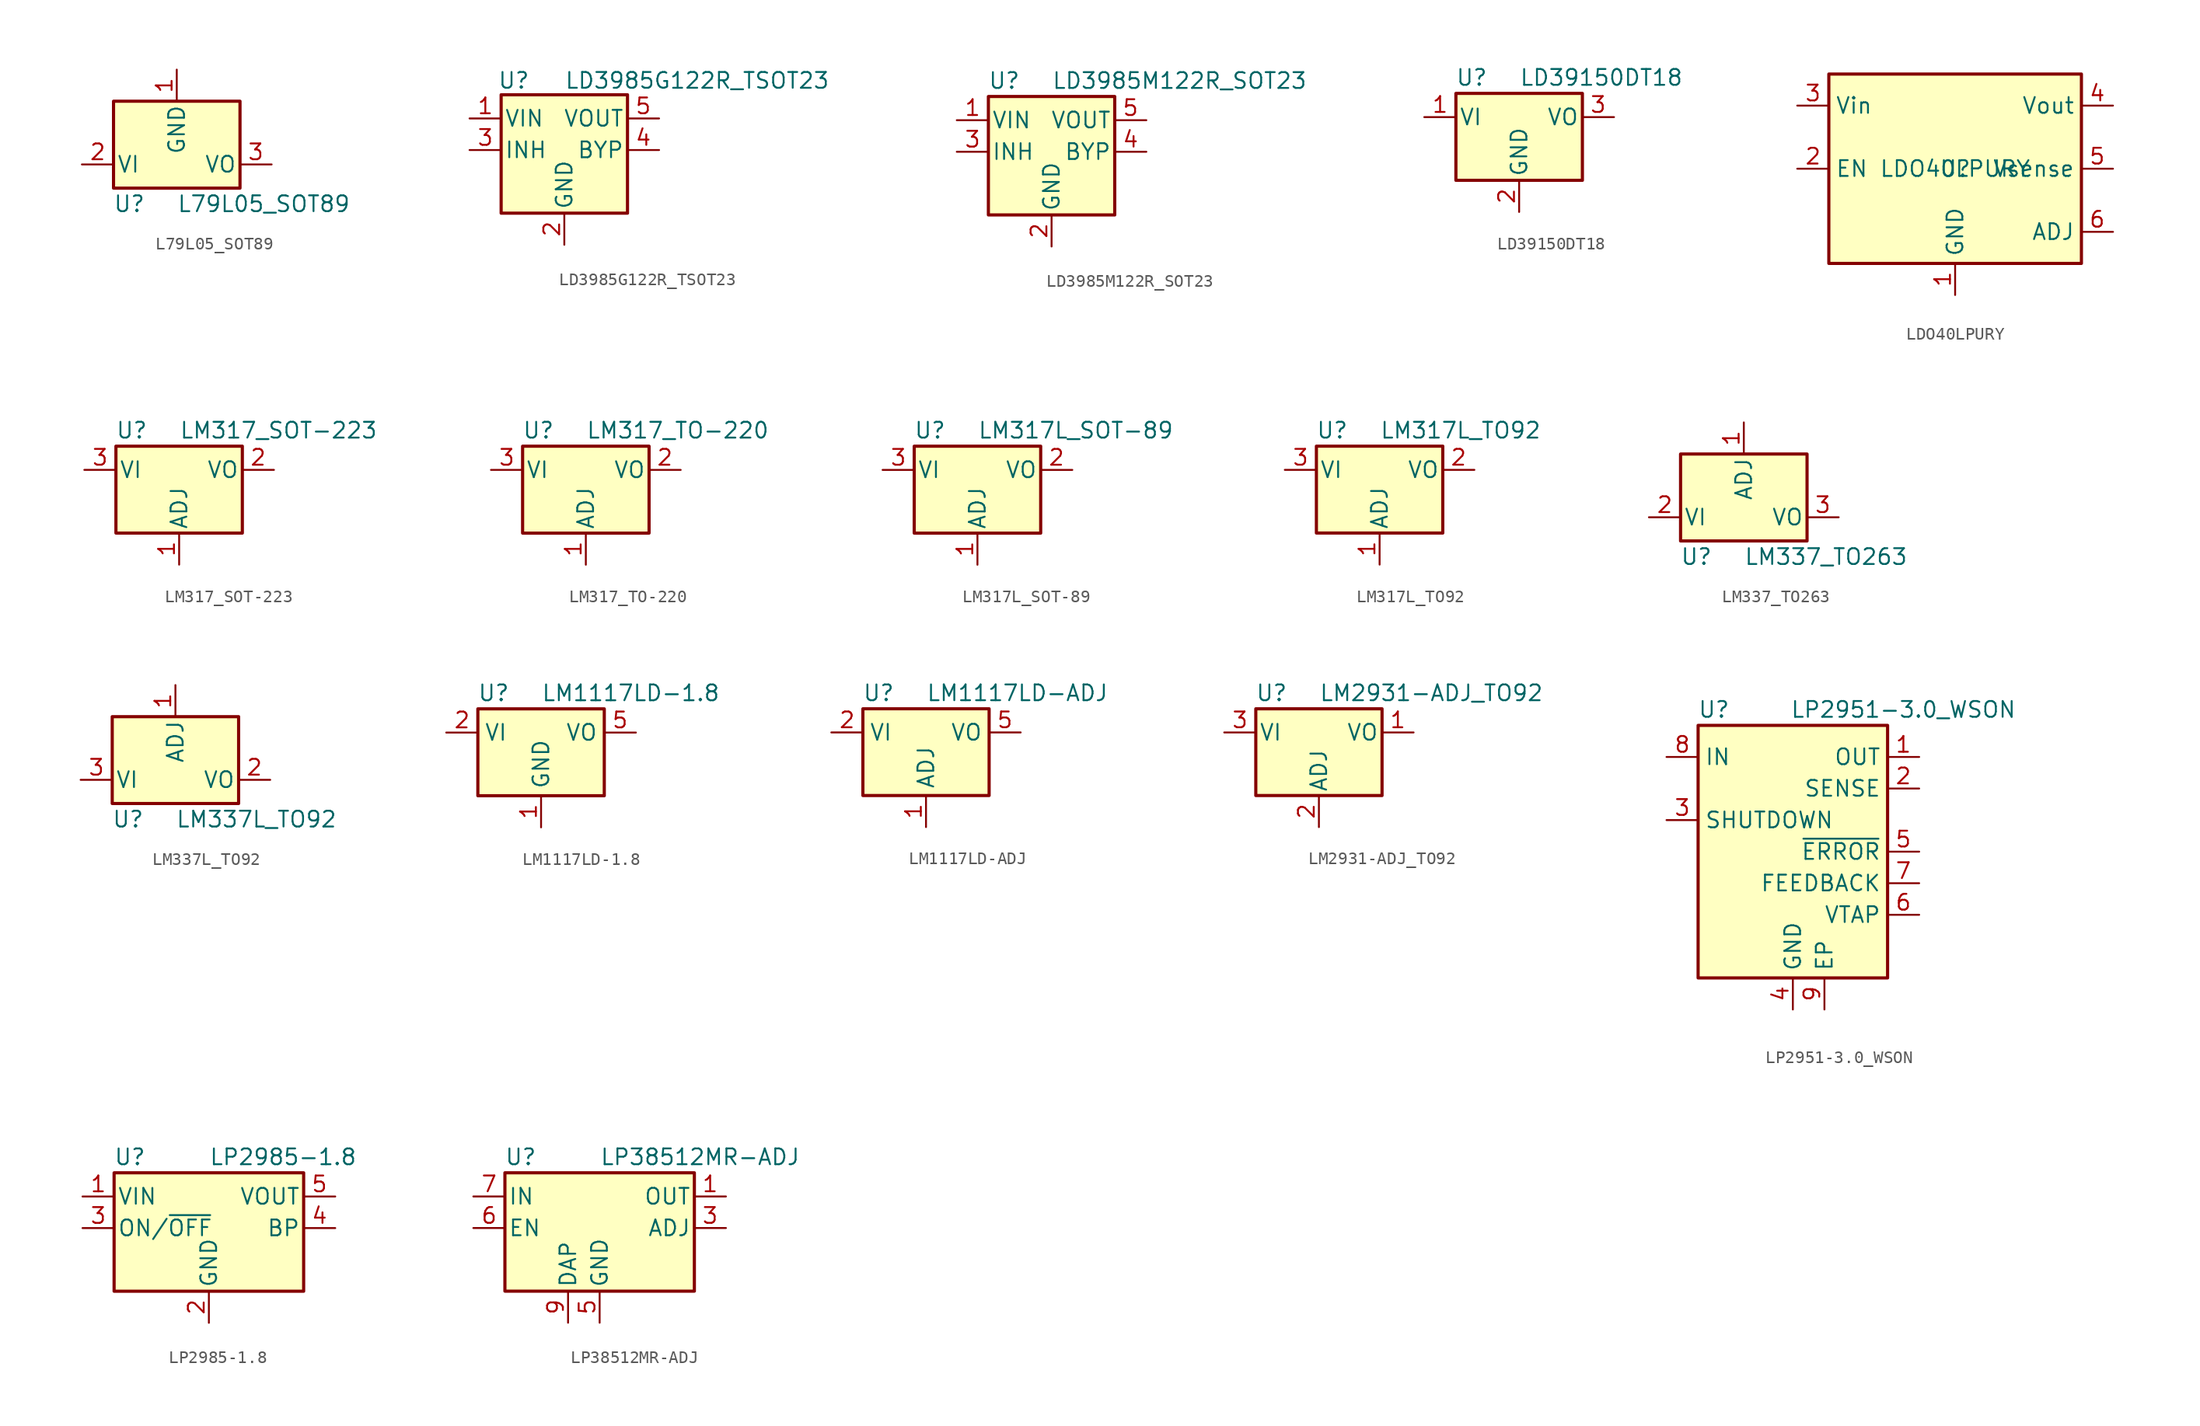
<source format=kicad_sym>
(kicad_symbol_lib
  (version 20241209)
  (generator "kicad_symbol_editor")
  (generator_version "9.0")
  (symbol "L79L05_SOT89"
    (pin_names
      (offset 0.254))
    (property "Reference" "U"
      (at -3.81 -3.175 0)
      (effects (font (size 1.27 1.27))))
    (property "Value" "L79L05_SOT89"
      (at 0 -3.175 0)
      (effects (font (size 1.27 1.27)) (justify left)))
    (symbol "L79L05_SOT89_0_1"
      (rectangle (start -5.08 5.08) (end 5.08 -1.905) (stroke (width 0.254) (type default)) (fill (type background))))
    (symbol "L79L05_SOT89_1_1"
      (pin power_in line (at -7.62 0 0) (length 2.54) (name "VI" (effects (font (size 1.27 1.27)))) (number "2" (effects (font (size 1.27 1.27)))))
      (pin power_in line (at 0 7.62 270) (length 2.54) (name "GND" (effects (font (size 1.27 1.27)))) (number "1" (effects (font (size 1.27 1.27)))))
      (pin power_out line (at 7.62 0 180) (length 2.54) (name "VO" (effects (font (size 1.27 1.27)))) (number "3" (effects (font (size 1.27 1.27)))))))
  (symbol "LD3985G122R_TSOT23"
    (pin_names
      (offset 0.254))
    (property "Reference" "U"
      (at -4.064 5.588 0)
      (effects (font (size 1.27 1.27))))
    (property "Value" "LD3985G122R_TSOT23"
      (at 0 5.588 0)
      (effects (font (size 1.27 1.27)) (justify left)))
    (symbol "LD3985G122R_TSOT23_0_1"
      (rectangle (start -5.08 4.445) (end 5.08 -5.08) (stroke (width 0.254) (type default)) (fill (type background))))
    (symbol "LD3985G122R_TSOT23_1_1"
      (pin power_in line (at -7.62 2.54 0) (length 2.54) (name "VIN" (effects (font (size 1.27 1.27)))) (number "1" (effects (font (size 1.27 1.27)))))
      (pin input line (at -7.62 0 0) (length 2.54) (name "INH" (effects (font (size 1.27 1.27)))) (number "3" (effects (font (size 1.27 1.27)))))
      (pin power_in line (at 0 -7.62 90) (length 2.54) (name "GND" (effects (font (size 1.27 1.27)))) (number "2" (effects (font (size 1.27 1.27)))))
      (pin power_out line (at 7.62 2.54 180) (length 2.54) (name "VOUT" (effects (font (size 1.27 1.27)))) (number "5" (effects (font (size 1.27 1.27)))))
      (pin input line (at 7.62 0 180) (length 2.54) (name "BYP" (effects (font (size 1.27 1.27)))) (number "4" (effects (font (size 1.27 1.27)))))))
  (symbol "LD3985M122R_SOT23"
    (pin_names
      (offset 0.254))
    (property "Reference" "U"
      (at -3.81 5.715 0)
      (effects (font (size 1.27 1.27))))
    (property "Value" "LD3985M122R_SOT23"
      (at 0 5.715 0)
      (effects (font (size 1.27 1.27)) (justify left)))
    (symbol "LD3985M122R_SOT23_0_1"
      (rectangle (start -5.08 4.445) (end 5.08 -5.08) (stroke (width 0.254) (type default)) (fill (type background))))
    (symbol "LD3985M122R_SOT23_1_1"
      (pin power_in line (at -7.62 2.54 0) (length 2.54) (name "VIN" (effects (font (size 1.27 1.27)))) (number "1" (effects (font (size 1.27 1.27)))))
      (pin input line (at -7.62 0 0) (length 2.54) (name "INH" (effects (font (size 1.27 1.27)))) (number "3" (effects (font (size 1.27 1.27)))))
      (pin power_in line (at 0 -7.62 90) (length 2.54) (name "GND" (effects (font (size 1.27 1.27)))) (number "2" (effects (font (size 1.27 1.27)))))
      (pin power_out line (at 7.62 2.54 180) (length 2.54) (name "VOUT" (effects (font (size 1.27 1.27)))) (number "5" (effects (font (size 1.27 1.27)))))
      (pin input line (at 7.62 0 180) (length 2.54) (name "BYP" (effects (font (size 1.27 1.27)))) (number "4" (effects (font (size 1.27 1.27)))))))
  (symbol "LD39150DT18"
    (pin_names
      (offset 0.254))
    (property "Reference" "U"
      (at -3.81 3.175 0)
      (effects (font (size 1.27 1.27))))
    (property "Value" "LD39150DT18"
      (at 0 3.175 0)
      (effects (font (size 1.27 1.27)) (justify left)))
    (symbol "LD39150DT18_0_1"
      (rectangle (start -5.08 -5.08) (end 5.08 1.905) (stroke (width 0.254) (type default)) (fill (type background))))
    (symbol "LD39150DT18_1_1"
      (pin power_in line (at -7.62 0 0) (length 2.54) (name "VI" (effects (font (size 1.27 1.27)))) (number "1" (effects (font (size 1.27 1.27)))))
      (pin power_in line (at 0 -7.62 90) (length 2.54) (name "GND" (effects (font (size 1.27 1.27)))) (number "2" (effects (font (size 1.27 1.27)))))
      (pin power_out line (at 7.62 0 180) (length 2.54) (name "VO" (effects (font (size 1.27 1.27)))) (number "3" (effects (font (size 1.27 1.27)))))))
  (symbol "LDO40LPURY"
    (property "Reference" "U"
      (at 0 0 0)
      (effects (font (size 1.27 1.27))))
    (property "Value" "LDO40LPURY"
      (at 0 0 0)
      (effects (font (size 1.27 1.27))))
    (symbol "LDO40LPURY_1_1"
      (rectangle (start -10.16 7.62) (end 10.16 -7.62) (stroke (width 0.254) (type solid)) (fill (type background)))
      (pin power_in line (at -12.7 5.08 0) (length 2.54) (name "Vin" (effects (font (size 1.27 1.27)))) (number "3" (effects (font (size 1.27 1.27)))))
      (pin input line (at -12.7 0 0) (length 2.54) (name "EN" (effects (font (size 1.27 1.27)))) (number "2" (effects (font (size 1.27 1.27)))))
      (pin power_in line (at 0 -10.16 90) (length 2.54) (name "GND" (effects (font (size 1.27 1.27)))) (number "1" (effects (font (size 1.27 1.27)))))
      (pin passive line (at 0 -10.16 90) (length 2.54) (hide yes) (name "GND" (effects (font (size 1.27 1.27)))) (number "7" (effects (font (size 1.27 1.27)))))
      (pin power_out line (at 12.7 5.08 180) (length 2.54) (name "Vout" (effects (font (size 1.27 1.27)))) (number "4" (effects (font (size 1.27 1.27)))))
      (pin input line (at 12.7 0 180) (length 2.54) (name "Vsense" (effects (font (size 1.27 1.27)))) (number "5" (effects (font (size 1.27 1.27)))))
      (pin input line (at 12.7 -5.08 180) (length 2.54) (name "ADJ" (effects (font (size 1.27 1.27)))) (number "6" (effects (font (size 1.27 1.27)))))))
  (symbol "LM317_SOT-223"
    (pin_names
      (offset 0.254))
    (property "Reference" "U"
      (at -3.81 3.175 0)
      (effects (font (size 1.27 1.27))))
    (property "Value" "LM317_SOT-223"
      (at 0 3.175 0)
      (effects (font (size 1.27 1.27)) (justify left)))
    (symbol "LM317_SOT-223_0_1"
      (rectangle (start -5.08 1.905) (end 5.08 -5.08) (stroke (width 0.254) (type default)) (fill (type background))))
    (symbol "LM317_SOT-223_1_1"
      (pin power_in line (at -7.62 0 0) (length 2.54) (name "VI" (effects (font (size 1.27 1.27)))) (number "3" (effects (font (size 1.27 1.27)))))
      (pin input line (at 0 -7.62 90) (length 2.54) (name "ADJ" (effects (font (size 1.27 1.27)))) (number "1" (effects (font (size 1.27 1.27)))))
      (pin power_out line (at 7.62 0 180) (length 2.54) (name "VO" (effects (font (size 1.27 1.27)))) (number "2" (effects (font (size 1.27 1.27)))))))
  (symbol "LM317_TO-220"
    (pin_names
      (offset 0.254))
    (property "Reference" "U"
      (at -3.81 3.175 0)
      (effects (font (size 1.27 1.27))))
    (property "Value" "LM317_TO-220"
      (at 0 3.175 0)
      (effects (font (size 1.27 1.27)) (justify left)))
    (symbol "LM317_TO-220_0_1"
      (rectangle (start -5.08 1.905) (end 5.08 -5.08) (stroke (width 0.254) (type default)) (fill (type background))))
    (symbol "LM317_TO-220_1_1"
      (pin power_in line (at -7.62 0 0) (length 2.54) (name "VI" (effects (font (size 1.27 1.27)))) (number "3" (effects (font (size 1.27 1.27)))))
      (pin input line (at 0 -7.62 90) (length 2.54) (name "ADJ" (effects (font (size 1.27 1.27)))) (number "1" (effects (font (size 1.27 1.27)))))
      (pin power_out line (at 7.62 0 180) (length 2.54) (name "VO" (effects (font (size 1.27 1.27)))) (number "2" (effects (font (size 1.27 1.27)))))))
  (symbol "LM317L_SOT-89"
    (pin_names
      (offset 0.254))
    (property "Reference" "U"
      (at -3.81 3.175 0)
      (effects (font (size 1.27 1.27))))
    (property "Value" "LM317L_SOT-89"
      (at 0 3.175 0)
      (effects (font (size 1.27 1.27)) (justify left)))
    (symbol "LM317L_SOT-89_0_1"
      (rectangle (start -5.08 1.905) (end 5.08 -5.08) (stroke (width 0.254) (type default)) (fill (type background))))
    (symbol "LM317L_SOT-89_1_1"
      (pin power_in line (at -7.62 0 0) (length 2.54) (name "VI" (effects (font (size 1.27 1.27)))) (number "3" (effects (font (size 1.27 1.27)))))
      (pin input line (at 0 -7.62 90) (length 2.54) (name "ADJ" (effects (font (size 1.27 1.27)))) (number "1" (effects (font (size 1.27 1.27)))))
      (pin power_out line (at 7.62 0 180) (length 2.54) (name "VO" (effects (font (size 1.27 1.27)))) (number "2" (effects (font (size 1.27 1.27)))))))
  (symbol "LM317L_TO92"
    (pin_names
      (offset 0.254))
    (property "Reference" "U"
      (at -3.81 3.175 0)
      (effects (font (size 1.27 1.27))))
    (property "Value" "LM317L_TO92"
      (at 0 3.175 0)
      (effects (font (size 1.27 1.27)) (justify left)))
    (symbol "LM317L_TO92_0_1"
      (rectangle (start -5.08 1.905) (end 5.08 -5.08) (stroke (width 0.254) (type default)) (fill (type background))))
    (symbol "LM317L_TO92_1_1"
      (pin power_in line (at -7.62 0 0) (length 2.54) (name "VI" (effects (font (size 1.27 1.27)))) (number "3" (effects (font (size 1.27 1.27)))))
      (pin input line (at 0 -7.62 90) (length 2.54) (name "ADJ" (effects (font (size 1.27 1.27)))) (number "1" (effects (font (size 1.27 1.27)))))
      (pin power_out line (at 7.62 0 180) (length 2.54) (name "VO" (effects (font (size 1.27 1.27)))) (number "2" (effects (font (size 1.27 1.27)))))))
  (symbol "LM337_TO263"
    (pin_names
      (offset 0.254))
    (property "Reference" "U"
      (at -3.81 -3.175 0)
      (effects (font (size 1.27 1.27))))
    (property "Value" "LM337_TO263"
      (at 0 -3.175 0)
      (effects (font (size 1.27 1.27)) (justify left)))
    (symbol "LM337_TO263_0_1"
      (rectangle (start -5.08 5.08) (end 5.08 -1.905) (stroke (width 0.254) (type default)) (fill (type background))))
    (symbol "LM337_TO263_1_1"
      (pin power_in line (at -7.62 0 0) (length 2.54) (name "VI" (effects (font (size 1.27 1.27)))) (number "2" (effects (font (size 1.27 1.27)))))
      (pin input line (at 0 7.62 270) (length 2.54) (name "ADJ" (effects (font (size 1.27 1.27)))) (number "1" (effects (font (size 1.27 1.27)))))
      (pin power_out line (at 7.62 0 180) (length 2.54) (name "VO" (effects (font (size 1.27 1.27)))) (number "3" (effects (font (size 1.27 1.27)))))))
  (symbol "LM337L_TO92"
    (pin_names
      (offset 0.254))
    (property "Reference" "U"
      (at -3.81 -3.175 0)
      (effects (font (size 1.27 1.27))))
    (property "Value" "LM337L_TO92"
      (at 0 -3.175 0)
      (effects (font (size 1.27 1.27)) (justify left)))
    (symbol "LM337L_TO92_0_1"
      (rectangle (start -5.08 5.08) (end 5.08 -1.905) (stroke (width 0.254) (type default)) (fill (type background))))
    (symbol "LM337L_TO92_1_1"
      (pin power_in line (at -7.62 0 0) (length 2.54) (name "VI" (effects (font (size 1.27 1.27)))) (number "3" (effects (font (size 1.27 1.27)))))
      (pin input line (at 0 7.62 270) (length 2.54) (name "ADJ" (effects (font (size 1.27 1.27)))) (number "1" (effects (font (size 1.27 1.27)))))
      (pin power_out line (at 7.62 0 180) (length 2.54) (name "VO" (effects (font (size 1.27 1.27)))) (number "2" (effects (font (size 1.27 1.27)))))))
  (symbol "LM1117LD-1.8"
    (property "Reference" "U"
      (at -3.81 3.175 0)
      (effects (font (size 1.27 1.27))))
    (property "Value" "LM1117LD-1.8"
      (at 0 3.175 0)
      (effects (font (size 1.27 1.27)) (justify left)))
    (symbol "LM1117LD-1.8_0_1"
      (rectangle (start -5.08 -5.08) (end 5.08 1.905) (stroke (width 0.254) (type default)) (fill (type background))))
    (symbol "LM1117LD-1.8_1_1"
      (pin power_in line (at -7.62 0 0) (length 2.54) (name "VI" (effects (font (size 1.27 1.27)))) (number "2" (effects (font (size 1.27 1.27)))))
      (pin passive line (at -7.62 0 0) (length 2.54) (hide yes) (name "VI" (effects (font (size 1.27 1.27)))) (number "3" (effects (font (size 1.27 1.27)))))
      (pin passive line (at -7.62 0 0) (length 2.54) (hide yes) (name "VI" (effects (font (size 1.27 1.27)))) (number "4" (effects (font (size 1.27 1.27)))))
      (pin power_in line (at 0 -7.62 90) (length 2.54) (name "GND" (effects (font (size 1.27 1.27)))) (number "1" (effects (font (size 1.27 1.27)))))
      (pin no_connect line (at 5.08 -2.54 180) (length 2.54) (hide yes) (name "NC" (effects (font (size 1.27 1.27)))) (number "8" (effects (font (size 1.27 1.27)))))
      (pin power_out line (at 7.62 0 180) (length 2.54) (name "VO" (effects (font (size 1.27 1.27)))) (number "5" (effects (font (size 1.27 1.27)))))
      (pin passive line (at 7.62 0 180) (length 2.54) (hide yes) (name "VO" (effects (font (size 1.27 1.27)))) (number "6" (effects (font (size 1.27 1.27)))))
      (pin passive line (at 7.62 0 180) (length 2.54) (hide yes) (name "VO" (effects (font (size 1.27 1.27)))) (number "7" (effects (font (size 1.27 1.27)))))
      (pin passive line (at 7.62 0 180) (length 2.54) (hide yes) (name "VO" (effects (font (size 1.27 1.27)))) (number "9" (effects (font (size 1.27 1.27)))))))
  (symbol "LM1117LD-ADJ"
    (property "Reference" "U"
      (at -3.81 3.175 0)
      (effects (font (size 1.27 1.27))))
    (property "Value" "LM1117LD-ADJ"
      (at 0 3.175 0)
      (effects (font (size 1.27 1.27)) (justify left)))
    (symbol "LM1117LD-ADJ_0_1"
      (rectangle (start -5.08 -5.08) (end 5.08 1.905) (stroke (width 0.254) (type default)) (fill (type background))))
    (symbol "LM1117LD-ADJ_1_1"
      (pin power_in line (at -7.62 0 0) (length 2.54) (name "VI" (effects (font (size 1.27 1.27)))) (number "2" (effects (font (size 1.27 1.27)))))
      (pin passive line (at -7.62 0 0) (length 2.54) (hide yes) (name "VI" (effects (font (size 1.27 1.27)))) (number "3" (effects (font (size 1.27 1.27)))))
      (pin passive line (at -7.62 0 0) (length 2.54) (hide yes) (name "VI" (effects (font (size 1.27 1.27)))) (number "4" (effects (font (size 1.27 1.27)))))
      (pin input line (at 0 -7.62 90) (length 2.54) (name "ADJ" (effects (font (size 1.27 1.27)))) (number "1" (effects (font (size 1.27 1.27)))))
      (pin no_connect line (at 5.08 -2.54 180) (length 2.54) (hide yes) (name "NC" (effects (font (size 1.27 1.27)))) (number "8" (effects (font (size 1.27 1.27)))))
      (pin power_out line (at 7.62 0 180) (length 2.54) (name "VO" (effects (font (size 1.27 1.27)))) (number "5" (effects (font (size 1.27 1.27)))))
      (pin passive line (at 7.62 0 180) (length 2.54) (hide yes) (name "VO" (effects (font (size 1.27 1.27)))) (number "6" (effects (font (size 1.27 1.27)))))
      (pin passive line (at 7.62 0 180) (length 2.54) (hide yes) (name "VO" (effects (font (size 1.27 1.27)))) (number "7" (effects (font (size 1.27 1.27)))))
      (pin passive line (at 7.62 0 180) (length 2.54) (hide yes) (name "VO" (effects (font (size 1.27 1.27)))) (number "9" (effects (font (size 1.27 1.27)))))))
  (symbol "LM2931-ADJ_TO92"
    (pin_names
      (offset 0.254))
    (property "Reference" "U"
      (at -3.81 3.175 0)
      (effects (font (size 1.27 1.27))))
    (property "Value" "LM2931-ADJ_TO92"
      (at 0 3.175 0)
      (effects (font (size 1.27 1.27)) (justify left)))
    (symbol "LM2931-ADJ_TO92_0_1"
      (rectangle (start -5.08 1.905) (end 5.08 -5.08) (stroke (width 0.254) (type default)) (fill (type background))))
    (symbol "LM2931-ADJ_TO92_1_1"
      (pin power_in line (at -7.62 0 0) (length 2.54) (name "VI" (effects (font (size 1.27 1.27)))) (number "3" (effects (font (size 1.27 1.27)))))
      (pin input line (at 0 -7.62 90) (length 2.54) (name "ADJ" (effects (font (size 1.27 1.27)))) (number "2" (effects (font (size 1.27 1.27)))))
      (pin power_out line (at 7.62 0 180) (length 2.54) (name "VO" (effects (font (size 1.27 1.27)))) (number "1" (effects (font (size 1.27 1.27)))))))
  (symbol "LP2951-3.0_WSON"
    (property "Reference" "U"
      (at -6.35 11.43 0)
      (effects (font (size 1.27 1.27))))
    (property "Value" "LP2951-3.0_WSON"
      (at 8.89 11.43 0)
      (effects (font (size 1.27 1.27))))
    (symbol "LP2951-3.0_WSON_0_1"
      (rectangle (start -7.62 10.16) (end 7.62 -10.16) (stroke (width 0.254) (type default)) (fill (type background))))
    (symbol "LP2951-3.0_WSON_1_1"
      (pin power_in line (at -10.16 7.62 0) (length 2.54) (name "IN" (effects (font (size 1.27 1.27)))) (number "8" (effects (font (size 1.27 1.27)))))
      (pin input line (at -10.16 2.54 0) (length 2.54) (name "SHUTDOWN" (effects (font (size 1.27 1.27)))) (number "3" (effects (font (size 1.27 1.27)))))
      (pin power_in line (at 0 -12.7 90) (length 2.54) (name "GND" (effects (font (size 1.27 1.27)))) (number "4" (effects (font (size 1.27 1.27)))))
      (pin passive line (at 2.54 -12.7 90) (length 2.54) (name "EP" (effects (font (size 1.27 1.27)))) (number "9" (effects (font (size 1.27 1.27)))))
      (pin power_out line (at 10.16 7.62 180) (length 2.54) (name "OUT" (effects (font (size 1.27 1.27)))) (number "1" (effects (font (size 1.27 1.27)))))
      (pin passive line (at 10.16 5.08 180) (length 2.54) (name "SENSE" (effects (font (size 1.27 1.27)))) (number "2" (effects (font (size 1.27 1.27)))))
      (pin open_collector line (at 10.16 0 180) (length 2.54) (name "~{ERROR}" (effects (font (size 1.27 1.27)))) (number "5" (effects (font (size 1.27 1.27)))))
      (pin input line (at 10.16 -2.54 180) (length 2.54) (name "FEEDBACK" (effects (font (size 1.27 1.27)))) (number "7" (effects (font (size 1.27 1.27)))))
      (pin input line (at 10.16 -5.08 180) (length 2.54) (name "VTAP" (effects (font (size 1.27 1.27)))) (number "6" (effects (font (size 1.27 1.27)))))))
  (symbol "LP2985-1.8"
    (pin_names
      (offset 0.254))
    (property "Reference" "U"
      (at -6.35 5.715 0)
      (effects (font (size 1.27 1.27))))
    (property "Value" "LP2985-1.8"
      (at 0 5.715 0)
      (effects (font (size 1.27 1.27)) (justify left)))
    (symbol "LP2985-1.8_0_1"
      (rectangle (start -7.62 -5.08) (end 7.62 4.445) (stroke (width 0.254) (type default)) (fill (type background))))
    (symbol "LP2985-1.8_1_1"
      (pin power_in line (at -10.16 2.54 0) (length 2.54) (name "VIN" (effects (font (size 1.27 1.27)))) (number "1" (effects (font (size 1.27 1.27)))))
      (pin input line (at -10.16 0 0) (length 2.54) (name "ON/~{OFF}" (effects (font (size 1.27 1.27)))) (number "3" (effects (font (size 1.27 1.27)))))
      (pin power_in line (at 0 -7.62 90) (length 2.54) (name "GND" (effects (font (size 1.27 1.27)))) (number "2" (effects (font (size 1.27 1.27)))))
      (pin power_out line (at 10.16 2.54 180) (length 2.54) (name "VOUT" (effects (font (size 1.27 1.27)))) (number "5" (effects (font (size 1.27 1.27)))))
      (pin input line (at 10.16 0 180) (length 2.54) (name "BP" (effects (font (size 1.27 1.27)))) (number "4" (effects (font (size 1.27 1.27)))))))
  (symbol "LP38512MR-ADJ"
    (pin_names
      (offset 0.254))
    (property "Reference" "U"
      (at -6.35 5.715 0)
      (effects (font (size 1.27 1.27))))
    (property "Value" "LP38512MR-ADJ"
      (at 0 5.715 0)
      (effects (font (size 1.27 1.27)) (justify left)))
    (symbol "LP38512MR-ADJ_0_1"
      (rectangle (start -7.62 -5.08) (end 7.62 4.445) (stroke (width 0.254) (type default)) (fill (type background))))
    (symbol "LP38512MR-ADJ_1_1"
      (pin power_in line (at -10.16 2.54 0) (length 2.54) (name "IN" (effects (font (size 1.27 1.27)))) (number "7" (effects (font (size 1.27 1.27)))))
      (pin passive line (at -10.16 2.54 0) (length 2.54) (hide yes) (name "IN" (effects (font (size 1.27 1.27)))) (number "8" (effects (font (size 1.27 1.27)))))
      (pin input line (at -10.16 0 0) (length 2.54) (name "EN" (effects (font (size 1.27 1.27)))) (number "6" (effects (font (size 1.27 1.27)))))
      (pin no_connect line (at -7.62 -2.54 0) (length 2.54) (hide yes) (name "NC" (effects (font (size 1.27 1.27)))) (number "4" (effects (font (size 1.27 1.27)))))
      (pin passive line (at -2.54 -7.62 90) (length 2.54) (name "DAP" (effects (font (size 1.27 1.27)))) (number "9" (effects (font (size 1.27 1.27)))))
      (pin power_in line (at 0 -7.62 90) (length 2.54) (name "GND" (effects (font (size 1.27 1.27)))) (number "5" (effects (font (size 1.27 1.27)))))
      (pin power_out line (at 10.16 2.54 180) (length 2.54) (name "OUT" (effects (font (size 1.27 1.27)))) (number "1" (effects (font (size 1.27 1.27)))))
      (pin passive line (at 10.16 2.54 180) (length 2.54) (hide yes) (name "OUT" (effects (font (size 1.27 1.27)))) (number "2" (effects (font (size 1.27 1.27)))))
      (pin input line (at 10.16 0 180) (length 2.54) (name "ADJ" (effects (font (size 1.27 1.27)))) (number "3" (effects (font (size 1.27 1.27))))))))
</source>
